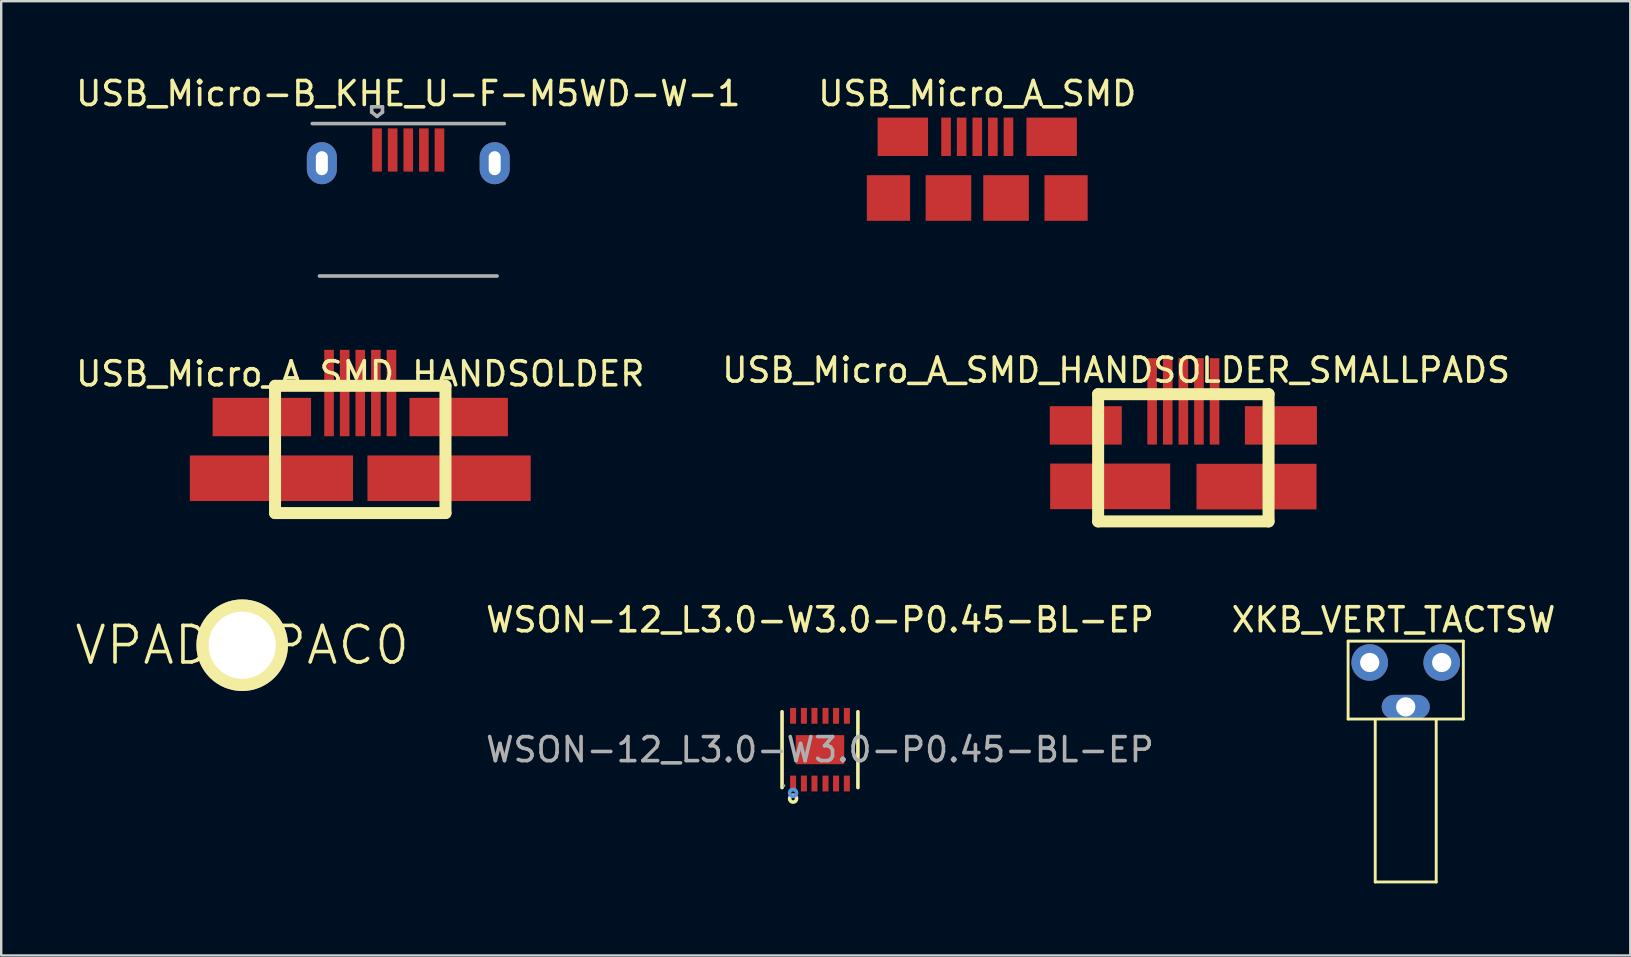
<source format=kicad_pcb>
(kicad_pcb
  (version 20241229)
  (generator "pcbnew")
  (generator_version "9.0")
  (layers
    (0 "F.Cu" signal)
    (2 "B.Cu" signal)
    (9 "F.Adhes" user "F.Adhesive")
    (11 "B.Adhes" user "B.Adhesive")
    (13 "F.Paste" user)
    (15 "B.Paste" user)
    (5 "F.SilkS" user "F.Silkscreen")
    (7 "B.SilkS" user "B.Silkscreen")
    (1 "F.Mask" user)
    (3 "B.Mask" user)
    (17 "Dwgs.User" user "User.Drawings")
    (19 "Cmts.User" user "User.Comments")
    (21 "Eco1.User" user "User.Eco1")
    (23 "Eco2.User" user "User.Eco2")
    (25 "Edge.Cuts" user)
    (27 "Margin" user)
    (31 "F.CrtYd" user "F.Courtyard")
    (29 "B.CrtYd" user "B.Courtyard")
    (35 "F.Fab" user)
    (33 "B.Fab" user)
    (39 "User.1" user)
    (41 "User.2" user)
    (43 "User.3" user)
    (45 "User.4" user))
  (footprint "WSON-12_L3.0-W3.0-P0.45-BL-EP"
    (layer "F.Cu")
    (at 31.109 28.18)
    (property "Reference" "WSON-12_L3.0-W3.0-P0.45-BL-EP" (at 0 -5.41 0) (layer "F.SilkS") (effects (font (size 1 1) (thickness 0.15))))
    (attr smd)
    (fp_line (start -1.58 1.58) (end -1.58 -1.58) (stroke (width 0.15) (type solid)) (layer "F.SilkS"))
    (fp_line (start 1.58 1.58) (end 1.58 -1.58) (stroke (width 0.15) (type solid)) (layer "F.SilkS"))
    (fp_circle (center -1.12 2.04) (end -1.05 2.04) (stroke (width 0.15) (type solid)) (fill no) (layer "F.SilkS"))
    (fp_circle (center -1.12 1.8) (end -1.05 1.8) (stroke (width 0.15) (type solid)) (fill no) (layer "Cmts.User"))
    (fp_circle (center -1.5 1.5) (end -1.47 1.5) (stroke (width 0.06) (type solid)) (fill no) (layer "F.Fab"))
    (fp_text user "${REFERENCE}" (at 0 0 0) (layer "F.Fab") (effects (font (size 1 1) (thickness 0.15))))
    (pad "1" smd rect (at -1.12 1.41) (size 0.25 0.66) (layers "F.Cu" "F.Mask" "F.Paste"))
    (pad "2" smd rect (at -0.67 1.41) (size 0.25 0.66) (layers "F.Cu" "F.Mask" "F.Paste"))
    (pad "3" smd rect (at -0.23 1.41) (size 0.25 0.66) (layers "F.Cu" "F.Mask" "F.Paste"))
    (pad "4" smd rect (at 0.23 1.41) (size 0.25 0.66) (layers "F.Cu" "F.Mask" "F.Paste"))
    (pad "5" smd rect (at 0.67 1.41) (size 0.25 0.66) (layers "F.Cu" "F.Mask" "F.Paste"))
    (pad "6" smd rect (at 1.12 1.41) (size 0.25 0.66) (layers "F.Cu" "F.Mask" "F.Paste"))
    (pad "7" smd rect (at 1.12 -1.41) (size 0.25 0.66) (layers "F.Cu" "F.Mask" "F.Paste"))
    (pad "8" smd rect (at 0.67 -1.41) (size 0.25 0.66) (layers "F.Cu" "F.Mask" "F.Paste"))
    (pad "9" smd rect (at 0.23 -1.41) (size 0.25 0.66) (layers "F.Cu" "F.Mask" "F.Paste"))
    (pad "10" smd rect (at -0.23 -1.41) (size 0.25 0.66) (layers "F.Cu" "F.Mask" "F.Paste"))
    (pad "11" smd rect (at -0.67 -1.41) (size 0.25 0.66) (layers "F.Cu" "F.Mask" "F.Paste"))
    (pad "12" smd rect (at -1.12 -1.41) (size 0.25 0.66) (layers "F.Cu" "F.Mask" "F.Paste"))
    (pad "13" smd rect (at 0 0) (size 2.02 1.21) (layers "F.Cu" "F.Mask" "F.Paste")))
  (footprint "USB_Micro_A_SMD"
    (layer "F.Cu")
    (at 37.661 2.648)
    (property "Reference" "USB_Micro_A_SMD" (at 0 -1.8 0) (layer "F.SilkS") (effects (font (size 1 1) (thickness 0.15))))
    (attr through_hole)
    (pad "1" smd rect (at -1.3 0) (size 0.4 1.6) (layers "F.Cu" "F.Mask" "F.Paste"))
    (pad "2" smd rect (at -0.65 0) (size 0.4 1.6) (layers "F.Cu" "F.Mask" "F.Paste"))
    (pad "3" smd rect (at 0 0) (size 0.4 1.6) (layers "F.Cu" "F.Mask" "F.Paste"))
    (pad "4" smd rect (at 0.65 0) (size 0.4 1.6) (layers "F.Cu" "F.Mask" "F.Paste"))
    (pad "5" smd rect (at 1.3 0) (size 0.4 1.6) (layers "F.Cu" "F.Mask" "F.Paste"))
    (pad "6" smd rect (at -3.7 2.55) (size 1.8 1.9) (layers "F.Cu" "F.Mask" "F.Paste"))
    (pad "6" smd rect (at -3.1 0) (size 2.1 1.6) (layers "F.Cu" "F.Mask" "F.Paste"))
    (pad "6" smd rect (at -1.2 2.55) (size 1.9 1.9) (layers "F.Cu" "F.Mask" "F.Paste"))
    (pad "6" smd rect (at 1.2 2.55) (size 1.9 1.9) (layers "F.Cu" "F.Mask" "F.Paste"))
    (pad "6" smd rect (at 3.1 0) (size 2.1 1.6) (layers "F.Cu" "F.Mask" "F.Paste"))
    (pad "6" smd rect (at 3.7 2.55) (size 1.8 1.9) (layers "F.Cu" "F.Mask" "F.Paste")))
  (footprint "USB_Micro-B_KHE_U-F-M5WD-W-1"
    (layer "F.Cu")
    (at 13.958 3.748)
    (property "Reference" "USB_Micro-B_KHE_U-F-M5WD-W-1" (at 0 -2.9 0) (layer "F.SilkS") (effects (font (size 1 1) (thickness 0.15))))
    (attr smd)
    (fp_line (start -3.7 4.7) (end 3.7 4.7) (stroke (width 0.15) (type solid)) (layer "F.Fab"))
    (fp_line (start -1.525 -2.35) (end -1.075 -2.35) (stroke (width 0.15) (type solid)) (layer "F.Fab"))
    (fp_line (start -1.525 -2.125) (end -1.525 -2.35) (stroke (width 0.15) (type solid)) (layer "F.Fab"))
    (fp_line (start -1.3 -1.95) (end -1.525 -2.125) (stroke (width 0.15) (type solid)) (layer "F.Fab"))
    (fp_line (start -1.075 -2.35) (end -1.075 -2.125) (stroke (width 0.15) (type solid)) (layer "F.Fab"))
    (fp_line (start -1.075 -2.125) (end -1.3 -1.95) (stroke (width 0.15) (type solid)) (layer "F.Fab"))
    (fp_line (start 4 -1.65) (end -4 -1.65) (stroke (width 0.15) (type solid)) (layer "F.Fab"))
    (pad "1" smd rect (at -1.3 -0.55) (size 0.4 1.8) (layers "F.Cu" "F.Mask" "F.Paste"))
    (pad "2" smd rect (at -0.65 -0.55) (size 0.4 1.8) (layers "F.Cu" "F.Mask" "F.Paste"))
    (pad "3" smd rect (at 0 -0.55) (size 0.4 1.8) (layers "F.Cu" "F.Mask" "F.Paste"))
    (pad "4" smd rect (at 0.65 -0.55) (size 0.4 1.8) (layers "F.Cu" "F.Mask" "F.Paste"))
    (pad "5" smd rect (at 1.3 -0.55) (size 0.4 1.8) (layers "F.Cu" "F.Mask" "F.Paste"))
    (pad "6" thru_hole oval (at -3.6 0) (size 1.25 1.75) (drill oval 0.5 1) (layers "*.Cu" "*.Mask"))
    (pad "6" thru_hole oval (at 3.6 0) (size 1.25 1.75) (drill oval 0.5 1) (layers "*.Cu" "*.Mask")))
  (footprint "USB_Micro_A_SMD_HANDSOLDER_SMALLPADS"
    (layer "F.Cu")
    (at 46.246 14.671)
    (property "Reference" "USB_Micro_A_SMD_HANDSOLDER_SMALLPADS" (at -2.8 -2.3 0) (layer "F.SilkS") (effects (font (size 1 1) (thickness 0.15))))
    (attr through_hole)
    (fp_line (start -3.55 -1.3) (end -3.55 4) (stroke (width 0.5) (type solid)) (layer "F.SilkS"))
    (fp_line (start -3.55 4) (end 3.55 4) (stroke (width 0.5) (type solid)) (layer "F.SilkS"))
    (fp_line (start 3.55 -1.3) (end -3.55 -1.3) (stroke (width 0.5) (type solid)) (layer "F.SilkS"))
    (fp_line (start 3.55 4) (end 3.55 -1.3) (stroke (width 0.5) (type solid)) (layer "F.SilkS"))
    (pad "1" smd rect (at -1.3 -1) (size 0.4 3.6) (layers "F.Cu" "F.Mask" "F.Paste"))
    (pad "2" smd rect (at -0.65 -1) (size 0.4 3.6) (layers "F.Cu" "F.Mask" "F.Paste"))
    (pad "3" smd rect (at 0 -1) (size 0.4 3.6) (layers "F.Cu" "F.Mask" "F.Paste"))
    (pad "4" smd rect (at 0.65 -1) (size 0.4 3.6) (layers "F.Cu" "F.Mask" "F.Paste"))
    (pad "5" smd rect (at 1.3 -1) (size 0.4 3.6) (layers "F.Cu" "F.Mask" "F.Paste"))
    (pad "6" smd rect (at -4.064 0) (size 3 1.6) (layers "F.Cu" "F.Mask" "F.Paste"))
    (pad "6" smd rect (at -3.048 2.54) (size 5 1.9) (layers "F.Cu" "F.Mask" "F.Paste"))
    (pad "6" smd rect (at 3.048 2.55) (size 5 1.9) (layers "F.Cu" "F.Mask" "F.Paste"))
    (pad "6" smd rect (at 4.064 0) (size 3 1.6) (layers "F.Cu" "F.Mask" "F.Paste")))
  (footprint "XKB_VERT_TACTSW"
    (layer "F.Cu")
    (at 55.51 26.453)
    (property "Reference" "XKB_VERT_TACTSW" (at -0.508 -3.683 0) (layer "F.SilkS") (effects (font (size 1 1) (thickness 0.15))))
    (attr through_hole)
    (fp_line (start -2.4 -2.794) (end -2.4 0.45) (stroke (width 0.12) (type solid)) (layer "F.SilkS"))
    (fp_line (start -2.4 0.45) (end 2.4 0.45) (stroke (width 0.12) (type solid)) (layer "F.SilkS"))
    (fp_line (start -1.27 0.508) (end -1.27 7.239) (stroke (width 0.12) (type solid)) (layer "F.SilkS"))
    (fp_line (start -1.27 7.239) (end 1.27 7.239) (stroke (width 0.12) (type solid)) (layer "F.SilkS"))
    (fp_line (start 1.27 7.239) (end 1.27 0.508) (stroke (width 0.12) (type solid)) (layer "F.SilkS"))
    (fp_line (start 2.4 -2.794) (end -2.4 -2.794) (stroke (width 0.12) (type solid)) (layer "F.SilkS"))
    (fp_line (start 2.4 0.45) (end 2.4 -2.794) (stroke (width 0.12) (type solid)) (layer "F.SilkS"))
    (pad "1" thru_hole circle (at -1.5 -1.905) (size 1.524 1.524) (drill 0.8) (layers "*.Cu" "*.Mask"))
    (pad "2" thru_hole circle (at 1.5 -1.905) (size 1.524 1.524) (drill 0.8) (layers "*.Cu" "*.Mask"))
    (pad "3" thru_hole oval (at 0 -0.055) (size 2 1) (drill 0.8) (layers "*.Cu" "*.Mask")))
  (footprint "USB_Micro_A_SMD_HANDSOLDER"
    (layer "F.Cu")
    (at 11.958 14.323)
    (property "Reference" "USB_Micro_A_SMD_HANDSOLDER" (at 0 -1.8 0) (layer "F.SilkS") (effects (font (size 1 1) (thickness 0.15))))
    (attr through_hole)
    (fp_line (start -3.55 -1.3) (end -3.55 4) (stroke (width 0.5) (type solid)) (layer "F.SilkS"))
    (fp_line (start -3.55 4) (end 3.55 4) (stroke (width 0.5) (type solid)) (layer "F.SilkS"))
    (fp_line (start 3.55 -1.3) (end -3.55 -1.3) (stroke (width 0.5) (type solid)) (layer "F.SilkS"))
    (fp_line (start 3.55 4) (end 3.55 -1.3) (stroke (width 0.5) (type solid)) (layer "F.SilkS"))
    (pad "1" smd rect (at -1.3 -1) (size 0.4 3.6) (layers "F.Cu" "F.Mask" "F.Paste"))
    (pad "2" smd rect (at -0.65 -1) (size 0.4 3.6) (layers "F.Cu" "F.Mask" "F.Paste"))
    (pad "3" smd rect (at 0 -1) (size 0.4 3.6) (layers "F.Cu" "F.Mask" "F.Paste"))
    (pad "4" smd rect (at 0.65 -1) (size 0.4 3.6) (layers "F.Cu" "F.Mask" "F.Paste"))
    (pad "5" smd rect (at 1.3 -1) (size 0.4 3.6) (layers "F.Cu" "F.Mask" "F.Paste"))
    (pad "6" smd rect (at -4.1 0) (size 4.1 1.6) (layers "F.Cu" "F.Mask" "F.Paste"))
    (pad "6" smd rect (at -3.7 2.55) (size 6.8 1.9) (layers "F.Cu" "F.Mask" "F.Paste"))
    (pad "6" smd rect (at 3.7 2.55) (size 6.8 1.9) (layers "F.Cu" "F.Mask" "F.Paste"))
    (pad "6" smd rect (at 4.1 0) (size 4.1 1.6) (layers "F.Cu" "F.Mask" "F.Paste")))
  (footprint "VPAD_VPAC0"
    (layer "F.Cu")
    (at 7.039 23.829)
    (property "Reference" "VPAD_VPAC0" (at 0 0 0) (layer "F.SilkS") (effects (font (size 1.524 1.524) (thickness 0.15))))
    (attr exclude_from_pos_files exclude_from_bom)
    (pad "VP" thru_hole circle (at 0 0) (size 3.815 3.815) (drill 2.799) (layers "*.Cu" "F.Mask" "F.SilkS" "F.Paste")))
  (gr_rect
    (start -3 -3)
    (end 64.865 36.752)
    (stroke (width 0.1) (type default))
    (fill no)
    (layer "Edge.Cuts")))
</source>
